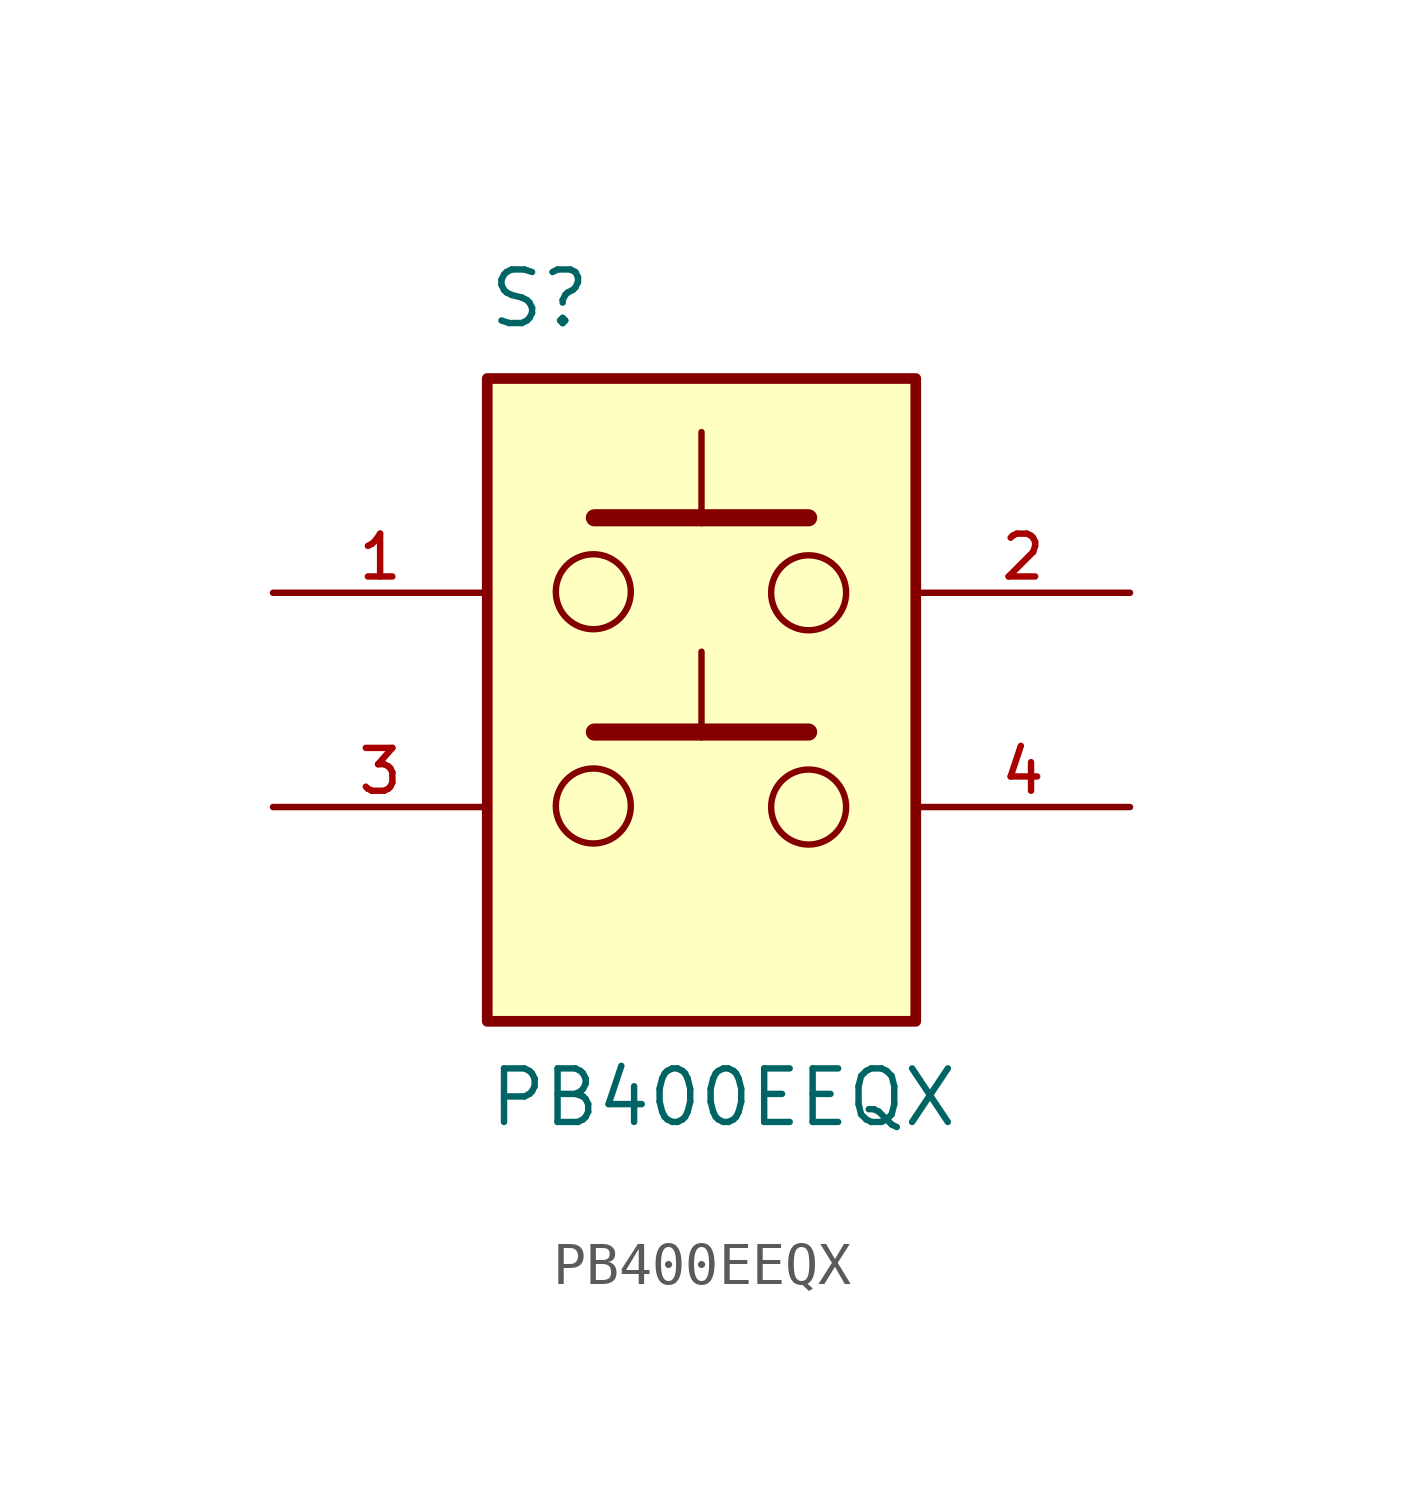
<source format=kicad_sym>
(kicad_symbol_lib
  (version 20211014)
  (generator kicad_symbol_editor)
  (symbol "PB400EEQX"
    (pin_names
      (offset 1.016))
    (property "Reference" "S"
      (at -5.085 8.772 0)
      (effects (font (size 1.27 1.27)) (justify bottom left)))
    (property "Value" "PB400EEQX"
      (at -5.085 -10.17 0)
      (effects (font (size 1.27 1.27)) (justify bottom left)))
    (symbol "PB400EEQX_0_0"
      (polyline (pts (xy -2.54 4.318) (xy 2.54 4.318)) (stroke (width 0.406)))
      (polyline (pts (xy 0.0 6.35) (xy 0.0 4.191)) (stroke (width 0.152)))
      (circle (center -2.565 2.565) (radius 0.889) (stroke (width 0.152)) (fill (type none)))
      (circle (center 2.54 2.54) (radius 0.889) (stroke (width 0.152)) (fill (type none)))
      (polyline (pts (xy -2.54 -0.762) (xy 2.54 -0.762)) (stroke (width 0.406)))
      (polyline (pts (xy 0.0 1.143) (xy 0.0 -0.889)) (stroke (width 0.152)))
      (circle (center -2.565 -2.515) (radius 0.889) (stroke (width 0.152)) (fill (type none)))
      (circle (center 2.54 -2.54) (radius 0.889) (stroke (width 0.152)) (fill (type none)))
      (rectangle (start -5.08 -7.62) (end 5.08 7.62) (stroke (width 0.254)) (fill (type background)))
      (pin passive line (at 10.16 2.54 180.0) (length 5.08) (name "~" (effects (font (size 1.016 1.016)))) (number "2" (effects (font (size 1.016 1.016)))))
      (pin passive line (at -10.16 2.54 0) (length 5.08) (name "~" (effects (font (size 1.016 1.016)))) (number "1" (effects (font (size 1.016 1.016)))))
      (pin passive line (at -10.16 -2.54 0) (length 5.08) (name "~" (effects (font (size 1.016 1.016)))) (number "3" (effects (font (size 1.016 1.016)))))
      (pin passive line (at 10.16 -2.54 180.0) (length 5.08) (name "~" (effects (font (size 1.016 1.016)))) (number "4" (effects (font (size 1.016 1.016))))))))
</source>
